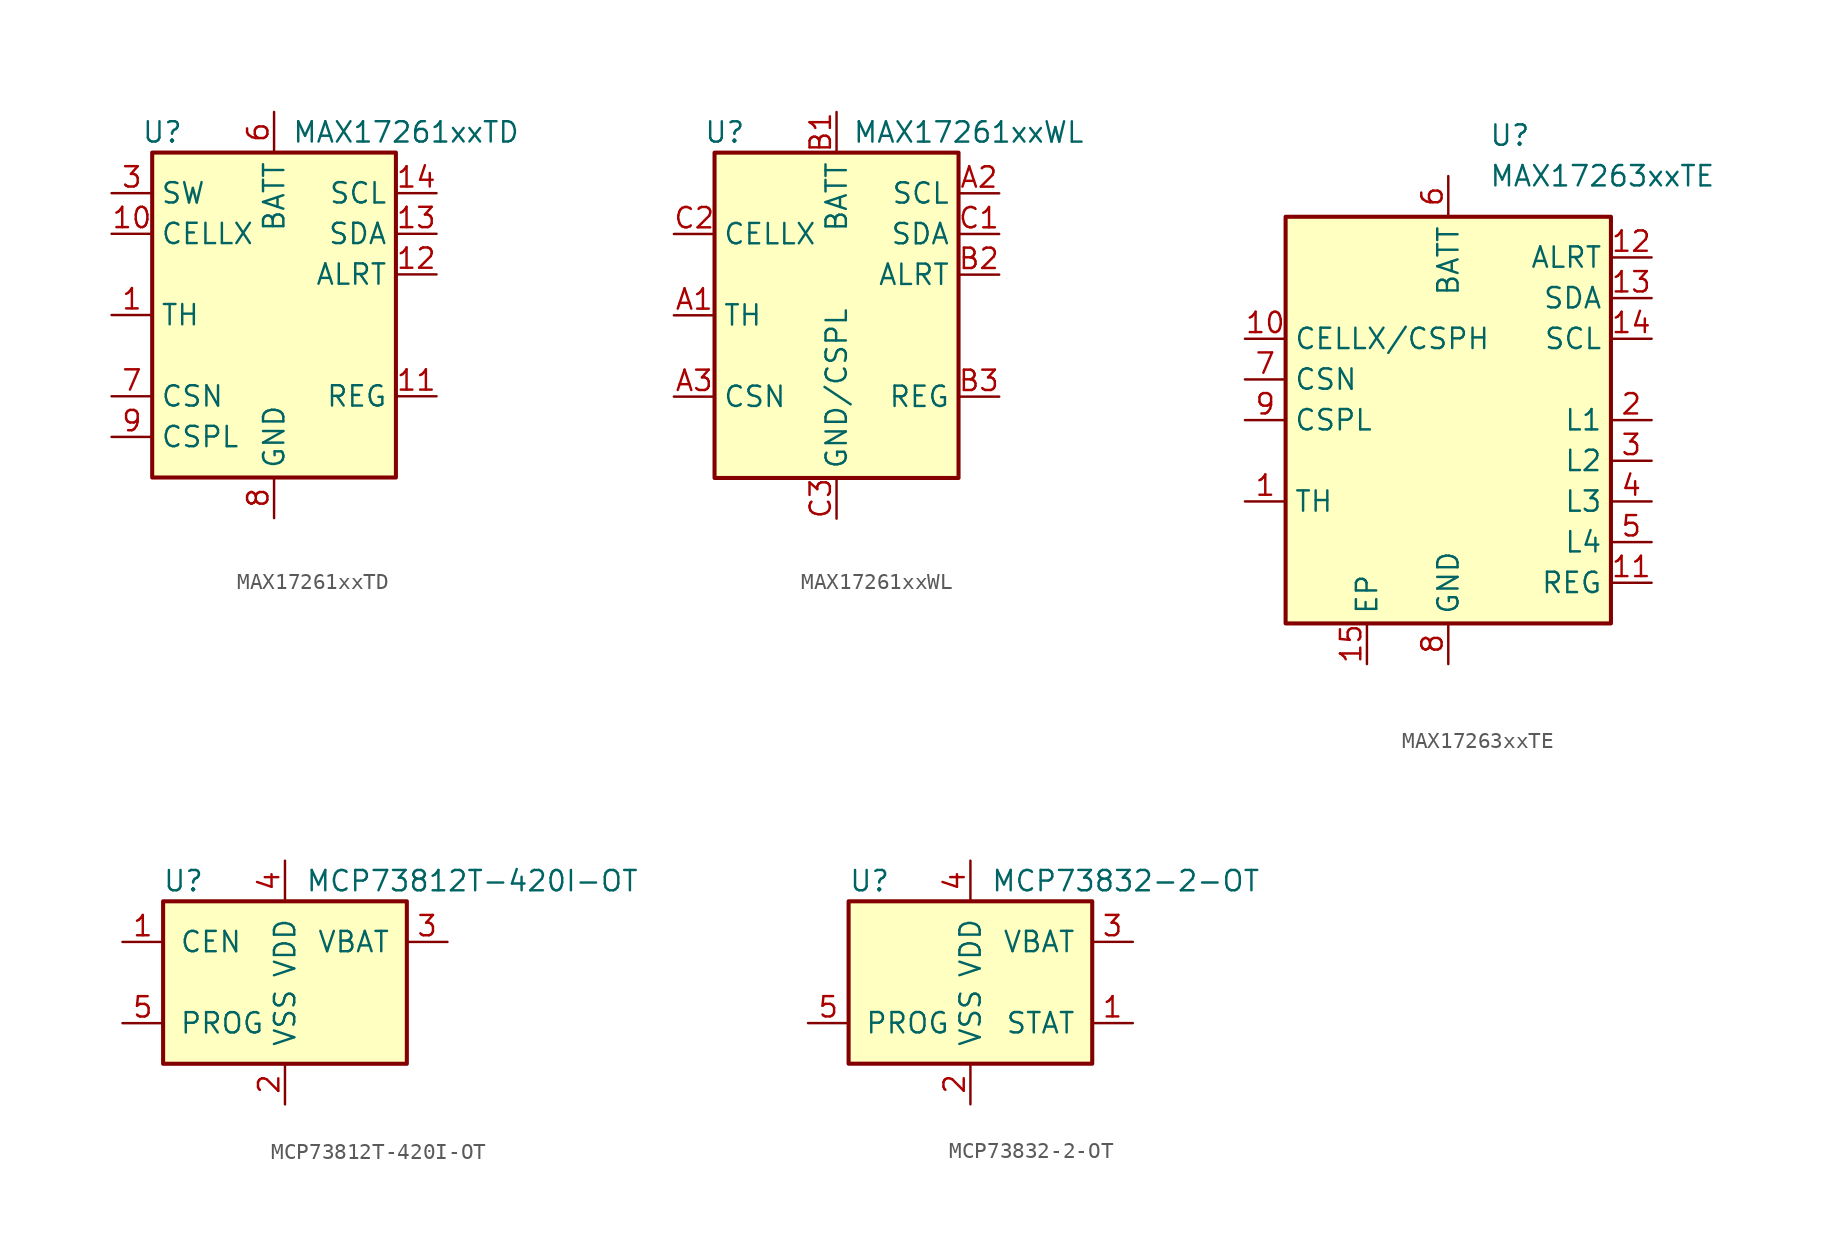
<source format=kicad_sym>
(kicad_symbol_lib
  (version 20201005)
  (generator kicad_symbol_editor)
  (symbol "Battery_Management:MAX17261xxTD"
    (property "Reference" "U"
      (at -6.985 11.43 0)
      (effects (font (size 1.27 1.27))))
    (property "Value" "MAX17261xxTD"
      (at 8.255 11.43 0)
      (effects (font (size 1.27 1.27))))
    (symbol "MAX17261xxTD_0_1"
      (rectangle (start -7.62 10.16) (end 7.62 -10.16) (stroke (width 0.254)) (fill (type background))))
    (symbol "MAX17261xxTD_1_1"
      (pin passive line (at -10.16 0 0) (length 2.54) (name "TH" (effects (font (size 1.27 1.27)))) (number "1" (effects (font (size 1.27 1.27)))))
      (pin input line (at -10.16 5.08 0) (length 2.54) (name "CELLX" (effects (font (size 1.27 1.27)))) (number "10" (effects (font (size 1.27 1.27)))))
      (pin power_out line (at 10.16 -5.08 180) (length 2.54) (name "REG" (effects (font (size 1.27 1.27)))) (number "11" (effects (font (size 1.27 1.27)))))
      (pin open_collector line (at 10.16 2.54 180) (length 2.54) (name "ALRT" (effects (font (size 1.27 1.27)))) (number "12" (effects (font (size 1.27 1.27)))))
      (pin bidirectional line (at 10.16 5.08 180) (length 2.54) (name "SDA" (effects (font (size 1.27 1.27)))) (number "13" (effects (font (size 1.27 1.27)))))
      (pin input line (at 10.16 7.62 180) (length 2.54) (name "SCL" (effects (font (size 1.27 1.27)))) (number "14" (effects (font (size 1.27 1.27)))))
      (pin passive line (at 0 -12.7 90) (length 2.54) hide (name "GND" (effects (font (size 1.27 1.27)))) (number "15" (effects (font (size 1.27 1.27)))))
      (pin no_connect line (at 2.54 -10.16 90) (length 2.54) hide (name "NC" (effects (font (size 1.27 1.27)))) (number "2" (effects (font (size 1.27 1.27)))))
      (pin output line (at -10.16 7.62 0) (length 2.54) (name "SW" (effects (font (size 1.27 1.27)))) (number "3" (effects (font (size 1.27 1.27)))))
      (pin no_connect line (at -2.54 -10.16 90) (length 2.54) hide (name "NC" (effects (font (size 1.27 1.27)))) (number "4" (effects (font (size 1.27 1.27)))))
      (pin no_connect line (at 5.08 -10.16 90) (length 2.54) hide (name "NC" (effects (font (size 1.27 1.27)))) (number "5" (effects (font (size 1.27 1.27)))))
      (pin power_in line (at 0 12.7 270) (length 2.54) (name "BATT" (effects (font (size 1.27 1.27)))) (number "6" (effects (font (size 1.27 1.27)))))
      (pin passive line (at -10.16 -5.08 0) (length 2.54) (name "CSN" (effects (font (size 1.27 1.27)))) (number "7" (effects (font (size 1.27 1.27)))))
      (pin power_in line (at 0 -12.7 90) (length 2.54) (name "GND" (effects (font (size 1.27 1.27)))) (number "8" (effects (font (size 1.27 1.27)))))
      (pin passive line (at -10.16 -7.62 0) (length 2.54) (name "CSPL" (effects (font (size 1.27 1.27)))) (number "9" (effects (font (size 1.27 1.27)))))))
  (symbol "Battery_Management:MAX17261xxWL"
    (property "Reference" "U"
      (at -6.985 11.43 0)
      (effects (font (size 1.27 1.27))))
    (property "Value" "MAX17261xxWL"
      (at 8.255 11.43 0)
      (effects (font (size 1.27 1.27))))
    (symbol "MAX17261xxWL_0_1"
      (rectangle (start -7.62 10.16) (end 7.62 -10.16) (stroke (width 0.254)) (fill (type background))))
    (symbol "MAX17261xxWL_1_1"
      (pin passive line (at -10.16 0 0) (length 2.54) (name "TH" (effects (font (size 1.27 1.27)))) (number "A1" (effects (font (size 1.27 1.27)))))
      (pin input line (at 10.16 7.62 180) (length 2.54) (name "SCL" (effects (font (size 1.27 1.27)))) (number "A2" (effects (font (size 1.27 1.27)))))
      (pin passive line (at -10.16 -5.08 0) (length 2.54) (name "CSN" (effects (font (size 1.27 1.27)))) (number "A3" (effects (font (size 1.27 1.27)))))
      (pin power_in line (at 0 12.7 270) (length 2.54) (name "BATT" (effects (font (size 1.27 1.27)))) (number "B1" (effects (font (size 1.27 1.27)))))
      (pin open_collector line (at 10.16 2.54 180) (length 2.54) (name "ALRT" (effects (font (size 1.27 1.27)))) (number "B2" (effects (font (size 1.27 1.27)))))
      (pin power_out line (at 10.16 -5.08 180) (length 2.54) (name "REG" (effects (font (size 1.27 1.27)))) (number "B3" (effects (font (size 1.27 1.27)))))
      (pin bidirectional line (at 10.16 5.08 180) (length 2.54) (name "SDA" (effects (font (size 1.27 1.27)))) (number "C1" (effects (font (size 1.27 1.27)))))
      (pin input line (at -10.16 5.08 0) (length 2.54) (name "CELLX" (effects (font (size 1.27 1.27)))) (number "C2" (effects (font (size 1.27 1.27)))))
      (pin power_in line (at 0 -12.7 90) (length 2.54) (name "GND/CSPL" (effects (font (size 1.27 1.27)))) (number "C3" (effects (font (size 1.27 1.27)))))))
  (symbol "Battery_Management:MAX17263xxTE"
    (property "Reference" "U"
      (at 2.54 17.78 0)
      (effects (font (size 1.27 1.27)) (justify left)))
    (property "Value" "MAX17263xxTE"
      (at 2.54 15.24 0)
      (effects (font (size 1.27 1.27)) (justify left)))
    (symbol "MAX17263xxTE_0_1"
      (rectangle (start -10.16 12.7) (end 10.16 -12.7) (stroke (width 0.254)) (fill (type background))))
    (symbol "MAX17263xxTE_1_1"
      (pin passive line (at -12.7 -5.08 0) (length 2.54) (name "TH" (effects (font (size 1.27 1.27)))) (number "1" (effects (font (size 1.27 1.27)))))
      (pin input line (at -12.7 5.08 0) (length 2.54) (name "CELLX/CSPH" (effects (font (size 1.27 1.27)))) (number "10" (effects (font (size 1.27 1.27)))))
      (pin power_out line (at 12.7 -10.16 180) (length 2.54) (name "REG" (effects (font (size 1.27 1.27)))) (number "11" (effects (font (size 1.27 1.27)))))
      (pin open_collector line (at 12.7 10.16 180) (length 2.54) (name "ALRT" (effects (font (size 1.27 1.27)))) (number "12" (effects (font (size 1.27 1.27)))))
      (pin bidirectional line (at 12.7 7.62 180) (length 2.54) (name "SDA" (effects (font (size 1.27 1.27)))) (number "13" (effects (font (size 1.27 1.27)))))
      (pin input line (at 12.7 5.08 180) (length 2.54) (name "SCL" (effects (font (size 1.27 1.27)))) (number "14" (effects (font (size 1.27 1.27)))))
      (pin passive line (at -5.08 -15.24 90) (length 2.54) (name "EP" (effects (font (size 1.27 1.27)))) (number "15" (effects (font (size 1.27 1.27)))))
      (pin bidirectional line (at 12.7 0 180) (length 2.54) (name "L1" (effects (font (size 1.27 1.27)))) (number "2" (effects (font (size 1.27 1.27)))))
      (pin output line (at 12.7 -2.54 180) (length 2.54) (name "L2" (effects (font (size 1.27 1.27)))) (number "3" (effects (font (size 1.27 1.27)))))
      (pin output line (at 12.7 -5.08 180) (length 2.54) (name "L3" (effects (font (size 1.27 1.27)))) (number "4" (effects (font (size 1.27 1.27)))))
      (pin output line (at 12.7 -7.62 180) (length 2.54) (name "L4" (effects (font (size 1.27 1.27)))) (number "5" (effects (font (size 1.27 1.27)))))
      (pin power_in line (at 0 15.24 270) (length 2.54) (name "BATT" (effects (font (size 1.27 1.27)))) (number "6" (effects (font (size 1.27 1.27)))))
      (pin input line (at -12.7 2.54 0) (length 2.54) (name "CSN" (effects (font (size 1.27 1.27)))) (number "7" (effects (font (size 1.27 1.27)))))
      (pin power_in line (at 0 -15.24 90) (length 2.54) (name "GND" (effects (font (size 1.27 1.27)))) (number "8" (effects (font (size 1.27 1.27)))))
      (pin input line (at -12.7 0 0) (length 2.54) (name "CSPL" (effects (font (size 1.27 1.27)))) (number "9" (effects (font (size 1.27 1.27)))))))
  (symbol "Battery_Management:MCP73812T-420I-OT"
    (pin_names
      (offset 1.016))
    (property "Reference" "U"
      (at -6.35 6.35 0)
      (effects (font (size 1.27 1.27))))
    (property "Value" "MCP73812T-420I-OT"
      (at 1.27 6.35 0)
      (effects (font (size 1.27 1.27)) (justify left)))
    (symbol "MCP73812T-420I-OT_0_1"
      (rectangle (start -7.62 5.08) (end 7.62 -5.08) (stroke (width 0.254)) (fill (type background))))
    (symbol "MCP73812T-420I-OT_1_1"
      (pin input line (at -10.16 2.54 0) (length 2.54) (name "CEN" (effects (font (size 1.27 1.27)))) (number "1" (effects (font (size 1.27 1.27)))))
      (pin power_in line (at 0 -7.62 90) (length 2.54) (name "VSS" (effects (font (size 1.27 1.27)))) (number "2" (effects (font (size 1.27 1.27)))))
      (pin power_out line (at 10.16 2.54 180) (length 2.54) (name "VBAT" (effects (font (size 1.27 1.27)))) (number "3" (effects (font (size 1.27 1.27)))))
      (pin power_in line (at 0 7.62 270) (length 2.54) (name "VDD" (effects (font (size 1.27 1.27)))) (number "4" (effects (font (size 1.27 1.27)))))
      (pin input line (at -10.16 -2.54 0) (length 2.54) (name "PROG" (effects (font (size 1.27 1.27)))) (number "5" (effects (font (size 1.27 1.27)))))))
  (symbol "Battery_Management:MCP73832-2-OT"
    (pin_names
      (offset 1.016))
    (property "Reference" "U"
      (at -7.62 6.35 0)
      (effects (font (size 1.27 1.27)) (justify left)))
    (property "Value" "MCP73832-2-OT"
      (at 1.27 6.35 0)
      (effects (font (size 1.27 1.27)) (justify left)))
    (symbol "MCP73832-2-OT_0_1"
      (rectangle (start -7.62 5.08) (end 7.62 -5.08) (stroke (width 0.254)) (fill (type background))))
    (symbol "MCP73832-2-OT_1_1"
      (pin output line (at 10.16 -2.54 180) (length 2.54) (name "STAT" (effects (font (size 1.27 1.27)))) (number "1" (effects (font (size 1.27 1.27)))))
      (pin power_in line (at 0 -7.62 90) (length 2.54) (name "VSS" (effects (font (size 1.27 1.27)))) (number "2" (effects (font (size 1.27 1.27)))))
      (pin power_out line (at 10.16 2.54 180) (length 2.54) (name "VBAT" (effects (font (size 1.27 1.27)))) (number "3" (effects (font (size 1.27 1.27)))))
      (pin power_in line (at 0 7.62 270) (length 2.54) (name "VDD" (effects (font (size 1.27 1.27)))) (number "4" (effects (font (size 1.27 1.27)))))
      (pin input line (at -10.16 -2.54 0) (length 2.54) (name "PROG" (effects (font (size 1.27 1.27)))) (number "5" (effects (font (size 1.27 1.27))))))))
</source>
